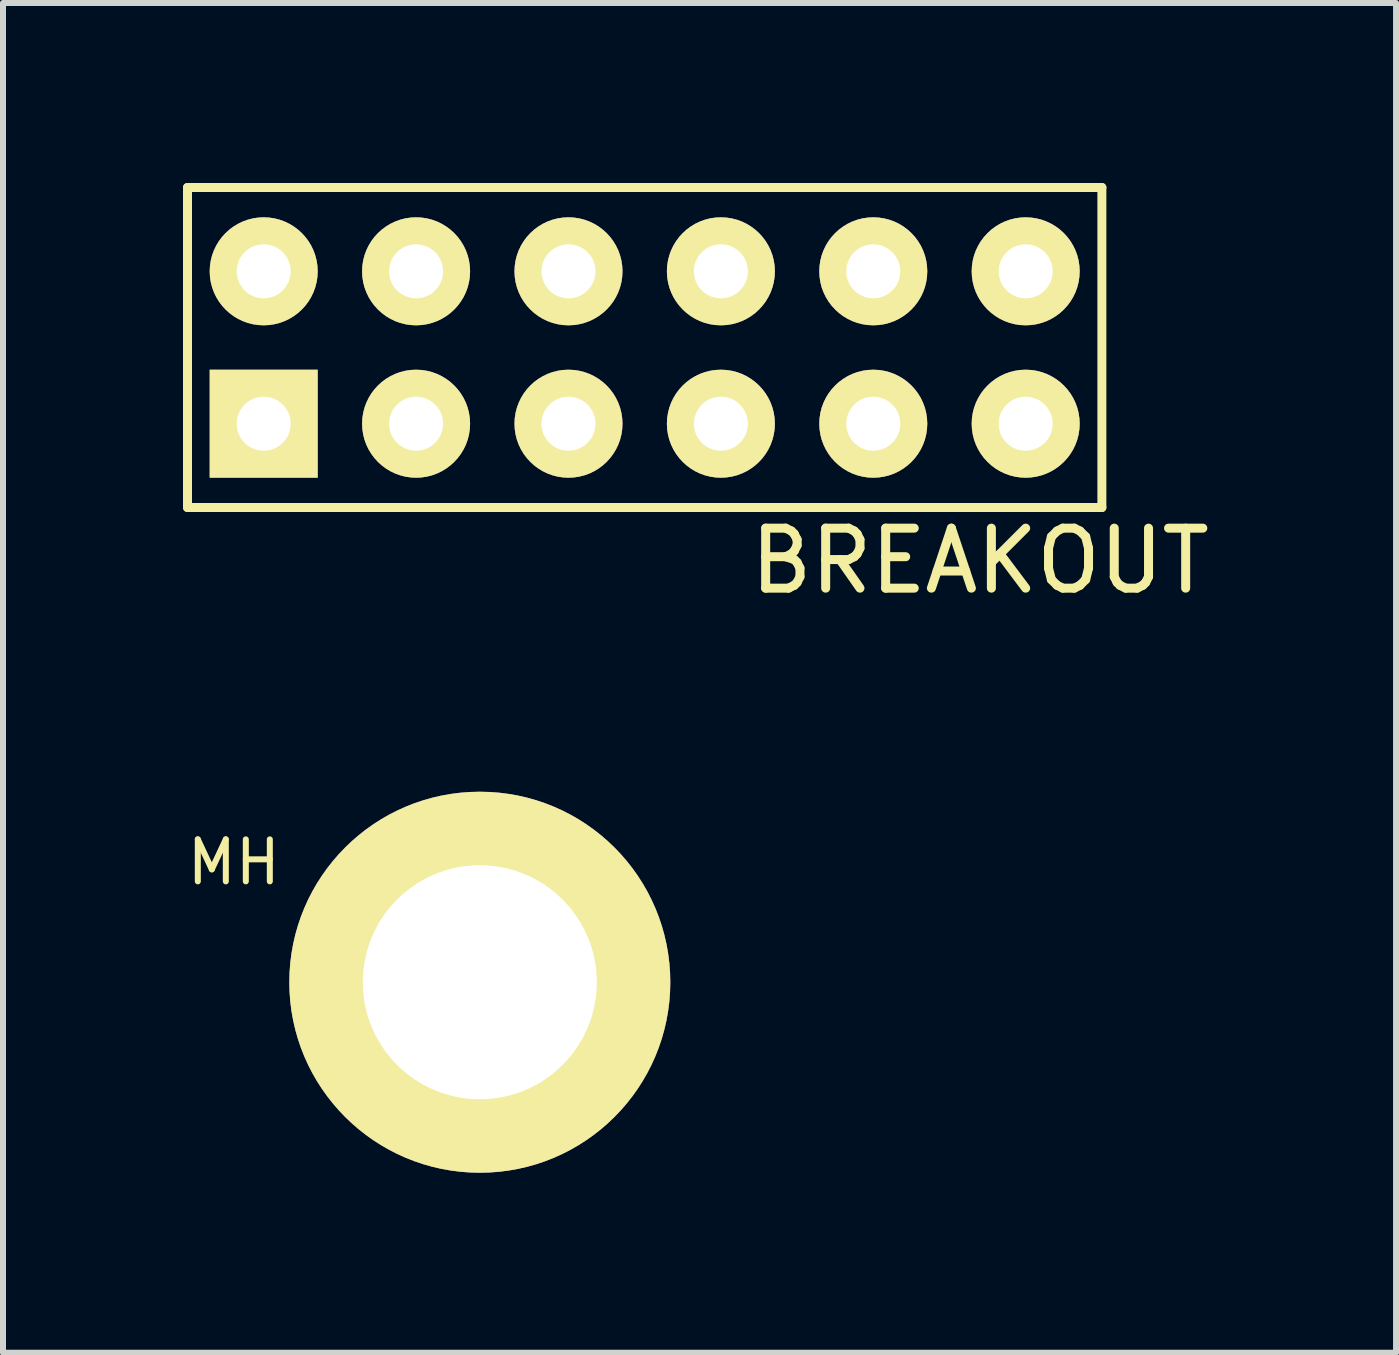
<source format=kicad_pcb>
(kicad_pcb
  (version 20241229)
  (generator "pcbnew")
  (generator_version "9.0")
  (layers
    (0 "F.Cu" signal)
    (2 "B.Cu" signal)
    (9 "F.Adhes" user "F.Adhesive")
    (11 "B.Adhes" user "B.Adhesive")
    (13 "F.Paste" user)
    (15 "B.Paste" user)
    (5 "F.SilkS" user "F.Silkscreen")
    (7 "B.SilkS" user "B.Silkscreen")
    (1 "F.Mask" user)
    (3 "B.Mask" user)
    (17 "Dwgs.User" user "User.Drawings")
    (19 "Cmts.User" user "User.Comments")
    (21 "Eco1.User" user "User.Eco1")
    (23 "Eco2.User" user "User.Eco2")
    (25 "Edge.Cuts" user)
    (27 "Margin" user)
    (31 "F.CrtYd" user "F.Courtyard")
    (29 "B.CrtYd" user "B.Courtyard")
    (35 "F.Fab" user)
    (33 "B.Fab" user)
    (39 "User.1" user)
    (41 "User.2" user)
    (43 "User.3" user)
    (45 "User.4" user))
  (footprint "BREAKOUT"
    (layer "F.Cu")
    (at 1.345 4.012)
    (property "Reference" "BREAKOUT" (at 11.938 2.286 0) (layer "F.SilkS") (effects (font (size 1 1) (thickness 0.15))))
    (attr through_hole)
    (fp_line (start -1.27 1.397) (end -1.27 -3.937) (stroke (width 0.15) (type solid)) (layer "F.SilkS"))
    (fp_line (start -1.27 1.397) (end 13.97 1.397) (stroke (width 0.15) (type solid)) (layer "F.SilkS"))
    (fp_line (start 13.97 -3.937) (end -1.27 -3.937) (stroke (width 0.15) (type solid)) (layer "F.SilkS"))
    (fp_line (start 13.97 -3.937) (end 13.97 1.397) (stroke (width 0.15) (type solid)) (layer "F.SilkS"))
    (pad "1" thru_hole rect (at 0 0) (size 1.8 1.8) (drill 0.9) (layers "*.Cu" "*.Mask" "F.SilkS"))
    (pad "2" thru_hole circle (at 0 -2.54) (size 1.8 1.8) (drill 0.9) (layers "*.Cu" "*.Mask" "F.SilkS"))
    (pad "3" thru_hole circle (at 2.54 0) (size 1.8 1.8) (drill 0.9) (layers "*.Cu" "*.Mask" "F.SilkS"))
    (pad "4" thru_hole circle (at 2.54 -2.54) (size 1.8 1.8) (drill 0.9) (layers "*.Cu" "*.Mask" "F.SilkS"))
    (pad "5" thru_hole circle (at 5.08 0) (size 1.8 1.8) (drill 0.9) (layers "*.Cu" "*.Mask" "F.SilkS"))
    (pad "6" thru_hole circle (at 5.08 -2.54) (size 1.8 1.8) (drill 0.9) (layers "*.Cu" "*.Mask" "F.SilkS"))
    (pad "7" thru_hole circle (at 7.62 0) (size 1.8 1.8) (drill 0.9) (layers "*.Cu" "*.Mask" "F.SilkS"))
    (pad "8" thru_hole circle (at 7.62 -2.54) (size 1.8 1.8) (drill 0.9) (layers "*.Cu" "*.Mask" "F.SilkS"))
    (pad "9" thru_hole circle (at 10.16 0) (size 1.8 1.8) (drill 0.9) (layers "*.Cu" "*.Mask" "F.SilkS"))
    (pad "10" thru_hole circle (at 10.16 -2.54) (size 1.8 1.8) (drill 0.9) (layers "*.Cu" "*.Mask" "F.SilkS"))
    (pad "11" thru_hole circle (at 12.7 0) (size 1.8 1.8) (drill 0.9) (layers "*.Cu" "*.Mask" "F.SilkS"))
    (pad "12" thru_hole circle (at 12.7 -2.54) (size 1.8 1.8) (drill 0.9) (layers "*.Cu" "*.Mask" "F.SilkS")))
  (footprint "MH"
    (layer "F.Cu")
    (at 4.947 13.321)
    (property "Reference" "MH" (at -4.1 -2 0) (layer "F.SilkS") (effects (font (size 0.7 0.7) (thickness 0.1))))
    (attr through_hole)
    (pad "" np_thru_hole circle (at 0 0) (size 6.35 6.35) (drill 3.9) (layers "*.Cu" "*.Mask" "F.SilkS")))
  (gr_rect
    (start -3 -3)
    (end 20.218 19.496)
    (stroke (width 0.1) (type default))
    (fill no)
    (layer "Edge.Cuts")))
</source>
